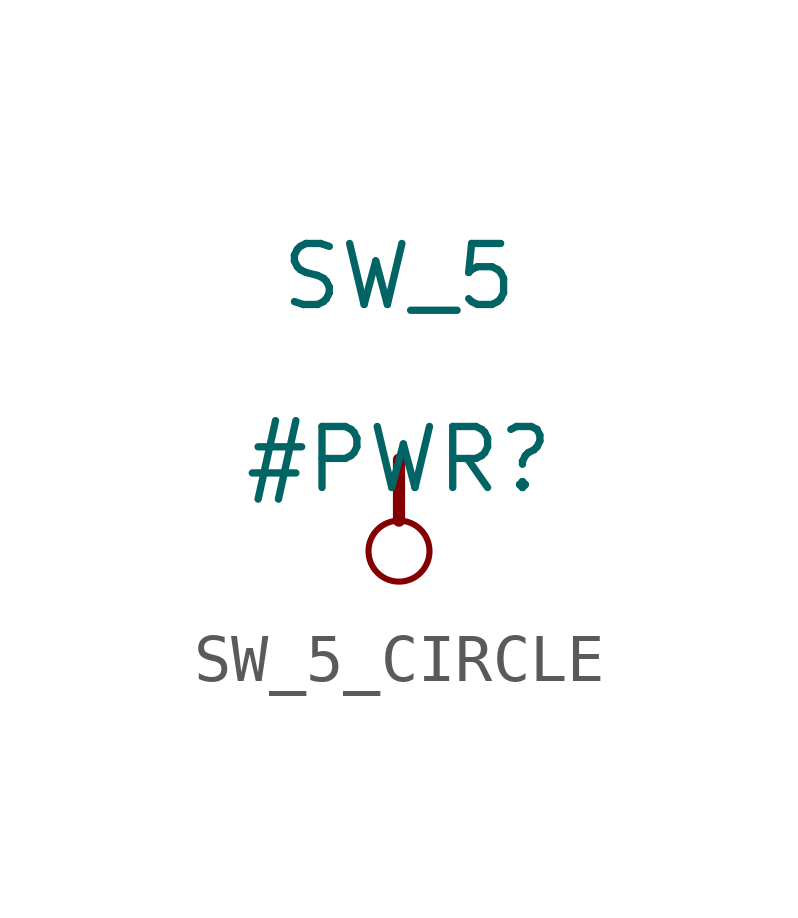
<source format=kicad_sym>
(kicad_symbol_lib
  (version 20231120)
  (generator "kicad_symbol_editor")
  (generator_version "8.0")
  (symbol "SW_5_CIRCLE"
    (power)
    (property "Reference" "#PWR"
      (at 0 0 0)
      (effects (font (size 1.27 1.27))))
    (property "Value" "SW_5"
      (at 0 3.81 0)
      (effects (font (size 1.27 1.27))))
    (symbol "SW_5_CIRCLE_0_0"
      (circle (center 0 -1.905) (radius 0.635) (stroke (width 0.127) (type solid)) (fill (type none)))
      (polyline (pts (xy 0 0) (xy 0 -1.27)) (stroke (width 0.254) (type solid)) (fill (type none)))
      (pin power_in line (at 0 0 0) (length 0) hide (name "SW_5" (effects (font (size 1.27 1.27)))) (number "" (effects (font (size 1.27 1.27))))))))
</source>
